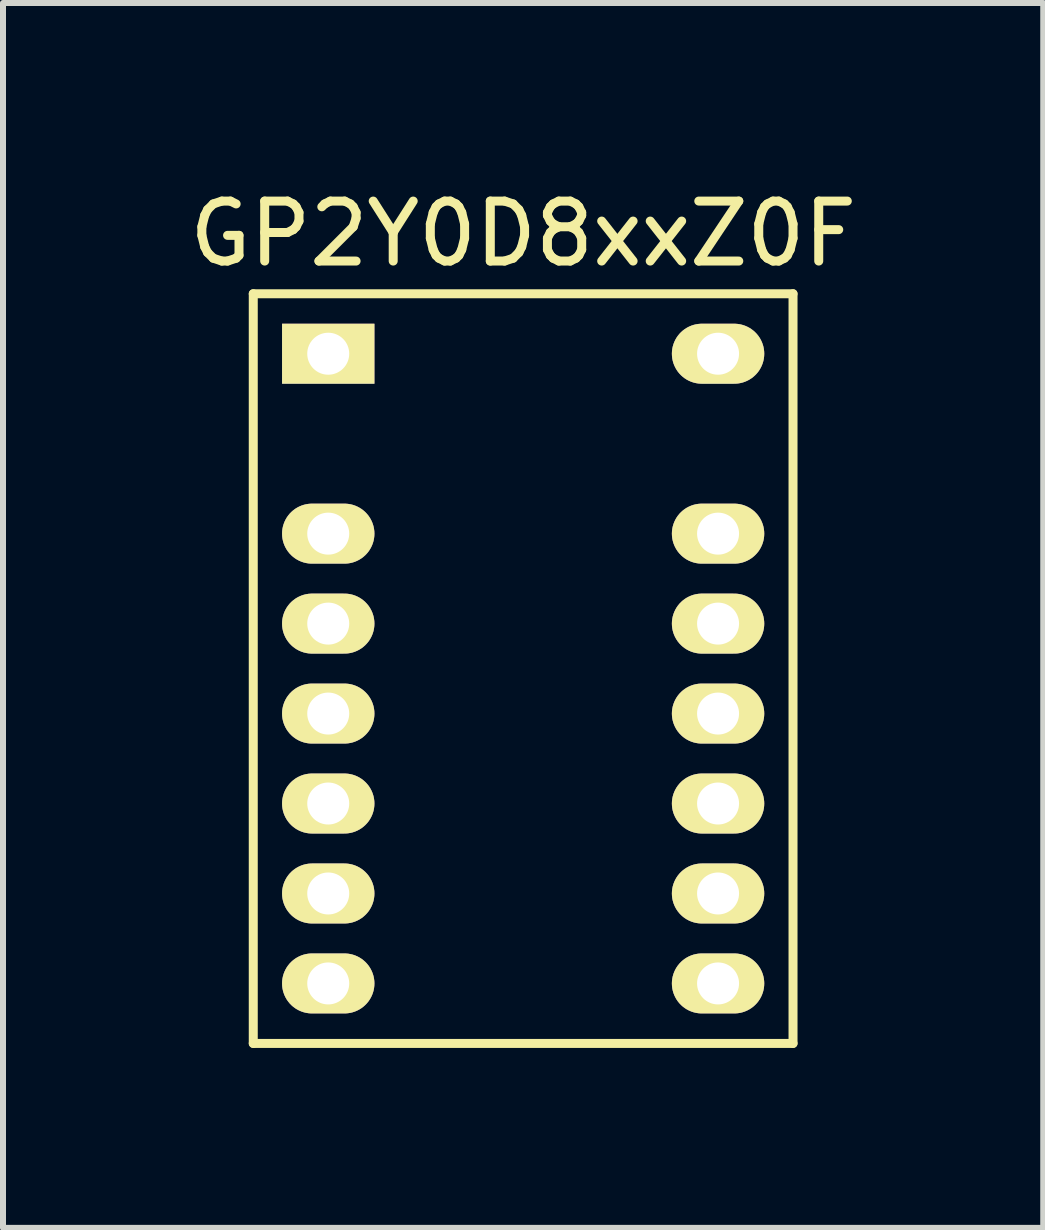
<source format=kicad_pcb>
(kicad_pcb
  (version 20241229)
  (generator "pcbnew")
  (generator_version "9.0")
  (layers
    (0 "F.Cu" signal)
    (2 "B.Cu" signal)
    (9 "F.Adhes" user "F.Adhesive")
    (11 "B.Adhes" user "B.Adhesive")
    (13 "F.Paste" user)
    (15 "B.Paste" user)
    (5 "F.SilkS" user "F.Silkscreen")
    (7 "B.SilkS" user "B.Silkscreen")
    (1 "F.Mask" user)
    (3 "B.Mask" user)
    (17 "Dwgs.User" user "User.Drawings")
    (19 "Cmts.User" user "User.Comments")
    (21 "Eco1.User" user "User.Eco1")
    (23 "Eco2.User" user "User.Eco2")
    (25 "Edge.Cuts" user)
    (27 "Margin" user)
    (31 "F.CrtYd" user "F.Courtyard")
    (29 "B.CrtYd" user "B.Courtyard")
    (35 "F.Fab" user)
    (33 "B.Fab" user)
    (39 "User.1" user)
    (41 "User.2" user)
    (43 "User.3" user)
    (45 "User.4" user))
  (footprint "GP2Y0D8xxZ0F"
    (layer "F.Cu")
    (at 5.673 8.848)
    (property "Reference" "GP2Y0D8xxZ0F" (at 0 -8 0) (layer "F.SilkS") (effects (font (size 1 1) (thickness 0.15))))
    (attr through_hole)
    (fp_line (start -4.5 -7) (end 4.5 -7) (stroke (width 0.15) (type solid)) (layer "F.SilkS"))
    (fp_line (start -4.5 5.5) (end -4.5 -7) (stroke (width 0.15) (type solid)) (layer "F.SilkS"))
    (fp_line (start 4.5 -7) (end 4.5 5.5) (stroke (width 0.15) (type solid)) (layer "F.SilkS"))
    (fp_line (start 4.5 5.5) (end -4.5 5.5) (stroke (width 0.15) (type solid)) (layer "F.SilkS"))
    (pad "1" thru_hole rect (at -3.25 -6) (size 1.54 1) (drill 0.7) (layers "*.Cu" "*.Mask" "F.SilkS"))
    (pad "2" thru_hole oval (at -3.25 -3) (size 1.54 1) (drill 0.7) (layers "*.Cu" "*.Mask" "F.SilkS"))
    (pad "3" thru_hole oval (at -3.25 -1.5) (size 1.54 1) (drill 0.7) (layers "*.Cu" "*.Mask" "F.SilkS"))
    (pad "4" thru_hole oval (at -3.25 0) (size 1.54 1) (drill 0.7) (layers "*.Cu" "*.Mask" "F.SilkS"))
    (pad "5" thru_hole oval (at -3.25 1.5) (size 1.54 1) (drill 0.7) (layers "*.Cu" "*.Mask" "F.SilkS"))
    (pad "6" thru_hole oval (at -3.25 3) (size 1.54 1) (drill 0.7) (layers "*.Cu" "*.Mask" "F.SilkS"))
    (pad "7" thru_hole oval (at -3.25 4.5) (size 1.54 1) (drill 0.7) (layers "*.Cu" "*.Mask" "F.SilkS"))
    (pad "8" thru_hole oval (at 3.25 4.5) (size 1.54 1) (drill 0.7) (layers "*.Cu" "*.Mask" "F.SilkS"))
    (pad "9" thru_hole oval (at 3.25 3) (size 1.54 1) (drill 0.7) (layers "*.Cu" "*.Mask" "F.SilkS"))
    (pad "10" thru_hole oval (at 3.25 1.5) (size 1.54 1) (drill 0.7) (layers "*.Cu" "*.Mask" "F.SilkS"))
    (pad "11" thru_hole oval (at 3.25 0) (size 1.54 1) (drill 0.7) (layers "*.Cu" "*.Mask" "F.SilkS"))
    (pad "12" thru_hole oval (at 3.25 -1.5) (size 1.54 1) (drill 0.7) (layers "*.Cu" "*.Mask" "F.SilkS"))
    (pad "13" thru_hole oval (at 3.25 -3) (size 1.54 1) (drill 0.7) (layers "*.Cu" "*.Mask" "F.SilkS"))
    (pad "14" thru_hole oval (at 3.25 -6) (size 1.54 1) (drill 0.7) (layers "*.Cu" "*.Mask" "F.SilkS")))
  (gr_rect
    (start -3 -3)
    (end 14.345 17.423)
    (stroke (width 0.1) (type default))
    (fill no)
    (layer "Edge.Cuts")))
</source>
